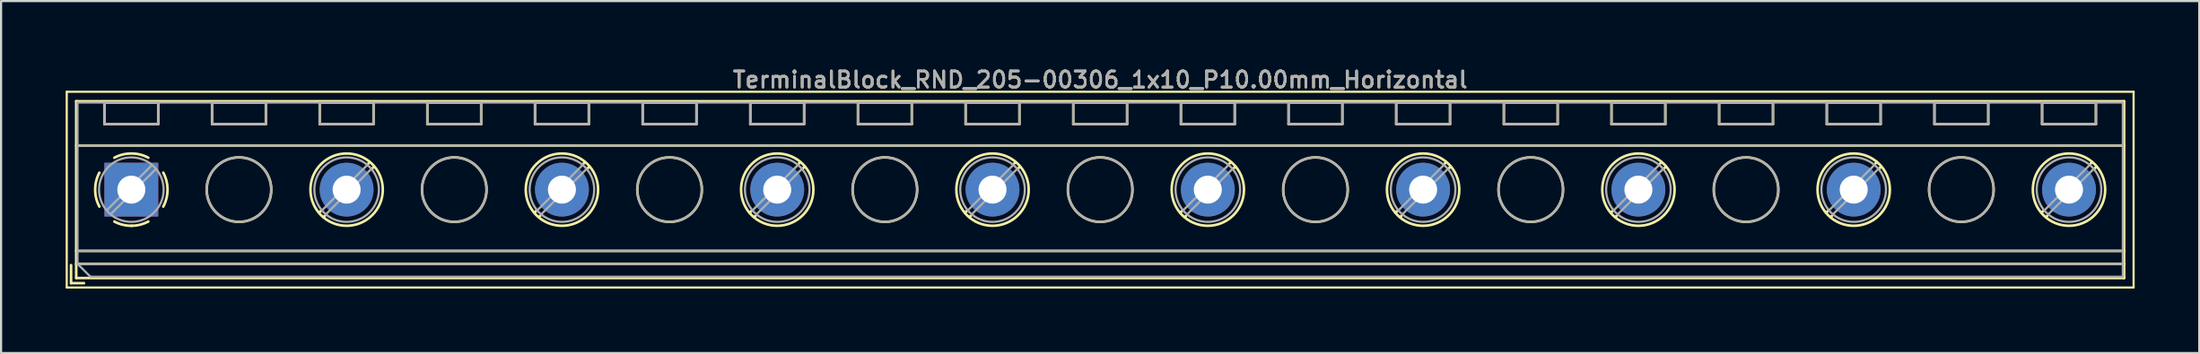
<source format=kicad_pcb>
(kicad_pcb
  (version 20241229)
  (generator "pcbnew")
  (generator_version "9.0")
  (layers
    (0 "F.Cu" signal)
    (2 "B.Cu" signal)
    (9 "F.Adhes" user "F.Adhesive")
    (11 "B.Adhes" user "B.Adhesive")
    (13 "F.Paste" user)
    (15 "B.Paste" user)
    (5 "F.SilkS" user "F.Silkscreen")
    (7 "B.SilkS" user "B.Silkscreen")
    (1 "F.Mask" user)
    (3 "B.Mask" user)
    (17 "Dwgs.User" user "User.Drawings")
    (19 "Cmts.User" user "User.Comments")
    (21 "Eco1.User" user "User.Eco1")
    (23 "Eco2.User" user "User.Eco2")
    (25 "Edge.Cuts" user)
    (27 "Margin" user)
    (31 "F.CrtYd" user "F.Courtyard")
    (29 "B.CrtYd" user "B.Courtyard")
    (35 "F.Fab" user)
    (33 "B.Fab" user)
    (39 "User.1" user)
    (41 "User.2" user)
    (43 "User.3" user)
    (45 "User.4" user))
  (footprint "TerminalBlock_RND_205-00306_1x10_P10.00mm_Horizontal"
    (layer "F.Cu")
    (at 3.05 5.768)
    (property "Reference" "TerminalBlock_RND_205-00306_1x10_P10.00mm_Horizontal" (at 45 -5.11 0) (layer "F.SilkS") (effects (font (size 0.75 0.75) (thickness 0.125))))
    (attr through_hole)
    (fp_line (start -3 -4.55) (end -3 4.55) (stroke (width 0.1) (type solid)) (layer "F.SilkS"))
    (fp_line (start -3 4.55) (end 93 4.55) (stroke (width 0.1) (type solid)) (layer "F.SilkS"))
    (fp_line (start -2.8 3.51) (end -2.8 4.35) (stroke (width 0.12) (type solid)) (layer "F.SilkS"))
    (fp_line (start -2.8 4.35) (end -2.2 4.35) (stroke (width 0.12) (type solid)) (layer "F.SilkS"))
    (fp_line (start -2.56 -4.11) (end -2.56 4.11) (stroke (width 0.12) (type solid)) (layer "F.SilkS"))
    (fp_line (start -2.56 -4.11) (end 92.56 -4.11) (stroke (width 0.12) (type solid)) (layer "F.SilkS"))
    (fp_line (start -2.56 -2.05) (end 92.56 -2.05) (stroke (width 0.12) (type solid)) (layer "F.SilkS"))
    (fp_line (start -2.56 2.85) (end 92.56 2.85) (stroke (width 0.12) (type solid)) (layer "F.SilkS"))
    (fp_line (start -2.56 3.45) (end 92.56 3.45) (stroke (width 0.12) (type solid)) (layer "F.SilkS"))
    (fp_line (start -2.56 4.11) (end 92.56 4.11) (stroke (width 0.12) (type solid)) (layer "F.SilkS"))
    (fp_line (start -1.25 -4.05) (end -1.25 -3.05) (stroke (width 0.12) (type solid)) (layer "F.SilkS"))
    (fp_line (start -1.25 -4.05) (end 1.25 -4.05) (stroke (width 0.12) (type solid)) (layer "F.SilkS"))
    (fp_line (start -1.25 -3.05) (end 1.25 -3.05) (stroke (width 0.12) (type solid)) (layer "F.SilkS"))
    (fp_line (start 1.25 -4.05) (end 1.25 -3.05) (stroke (width 0.12) (type solid)) (layer "F.SilkS"))
    (fp_line (start 3.75 -4.05) (end 3.75 -3.05) (stroke (width 0.12) (type solid)) (layer "F.SilkS"))
    (fp_line (start 3.75 -4.05) (end 6.25 -4.05) (stroke (width 0.12) (type solid)) (layer "F.SilkS"))
    (fp_line (start 3.75 -3.05) (end 6.25 -3.05) (stroke (width 0.12) (type solid)) (layer "F.SilkS"))
    (fp_line (start 6.25 -4.05) (end 6.25 -3.05) (stroke (width 0.12) (type solid)) (layer "F.SilkS"))
    (fp_line (start 8.75 -4.05) (end 8.75 -3.05) (stroke (width 0.12) (type solid)) (layer "F.SilkS"))
    (fp_line (start 8.75 -4.05) (end 11.25 -4.05) (stroke (width 0.12) (type solid)) (layer "F.SilkS"))
    (fp_line (start 8.75 -3.05) (end 11.25 -3.05) (stroke (width 0.12) (type solid)) (layer "F.SilkS"))
    (fp_line (start 8.82 0.976) (end 8.726 1.069) (stroke (width 0.12) (type solid)) (layer "F.SilkS"))
    (fp_line (start 8.99 1.216) (end 8.931 1.274) (stroke (width 0.12) (type solid)) (layer "F.SilkS"))
    (fp_line (start 11.07 -1.275) (end 11.011 -1.216) (stroke (width 0.12) (type solid)) (layer "F.SilkS"))
    (fp_line (start 11.25 -4.05) (end 11.25 -3.05) (stroke (width 0.12) (type solid)) (layer "F.SilkS"))
    (fp_line (start 11.275 -1.069) (end 11.181 -0.976) (stroke (width 0.12) (type solid)) (layer "F.SilkS"))
    (fp_line (start 13.75 -4.05) (end 13.75 -3.05) (stroke (width 0.12) (type solid)) (layer "F.SilkS"))
    (fp_line (start 13.75 -4.05) (end 16.25 -4.05) (stroke (width 0.12) (type solid)) (layer "F.SilkS"))
    (fp_line (start 13.75 -3.05) (end 16.25 -3.05) (stroke (width 0.12) (type solid)) (layer "F.SilkS"))
    (fp_line (start 16.25 -4.05) (end 16.25 -3.05) (stroke (width 0.12) (type solid)) (layer "F.SilkS"))
    (fp_line (start 18.75 -4.05) (end 18.75 -3.05) (stroke (width 0.12) (type solid)) (layer "F.SilkS"))
    (fp_line (start 18.75 -4.05) (end 21.25 -4.05) (stroke (width 0.12) (type solid)) (layer "F.SilkS"))
    (fp_line (start 18.75 -3.05) (end 21.25 -3.05) (stroke (width 0.12) (type solid)) (layer "F.SilkS"))
    (fp_line (start 18.82 0.976) (end 18.726 1.069) (stroke (width 0.12) (type solid)) (layer "F.SilkS"))
    (fp_line (start 18.99 1.216) (end 18.931 1.274) (stroke (width 0.12) (type solid)) (layer "F.SilkS"))
    (fp_line (start 21.07 -1.275) (end 21.011 -1.216) (stroke (width 0.12) (type solid)) (layer "F.SilkS"))
    (fp_line (start 21.25 -4.05) (end 21.25 -3.05) (stroke (width 0.12) (type solid)) (layer "F.SilkS"))
    (fp_line (start 21.275 -1.069) (end 21.181 -0.976) (stroke (width 0.12) (type solid)) (layer "F.SilkS"))
    (fp_line (start 23.75 -4.05) (end 23.75 -3.05) (stroke (width 0.12) (type solid)) (layer "F.SilkS"))
    (fp_line (start 23.75 -4.05) (end 26.25 -4.05) (stroke (width 0.12) (type solid)) (layer "F.SilkS"))
    (fp_line (start 23.75 -3.05) (end 26.25 -3.05) (stroke (width 0.12) (type solid)) (layer "F.SilkS"))
    (fp_line (start 26.25 -4.05) (end 26.25 -3.05) (stroke (width 0.12) (type solid)) (layer "F.SilkS"))
    (fp_line (start 28.75 -4.05) (end 28.75 -3.05) (stroke (width 0.12) (type solid)) (layer "F.SilkS"))
    (fp_line (start 28.75 -4.05) (end 31.25 -4.05) (stroke (width 0.12) (type solid)) (layer "F.SilkS"))
    (fp_line (start 28.75 -3.05) (end 31.25 -3.05) (stroke (width 0.12) (type solid)) (layer "F.SilkS"))
    (fp_line (start 28.82 0.976) (end 28.726 1.069) (stroke (width 0.12) (type solid)) (layer "F.SilkS"))
    (fp_line (start 28.99 1.216) (end 28.931 1.274) (stroke (width 0.12) (type solid)) (layer "F.SilkS"))
    (fp_line (start 31.07 -1.275) (end 31.011 -1.216) (stroke (width 0.12) (type solid)) (layer "F.SilkS"))
    (fp_line (start 31.25 -4.05) (end 31.25 -3.05) (stroke (width 0.12) (type solid)) (layer "F.SilkS"))
    (fp_line (start 31.275 -1.069) (end 31.181 -0.976) (stroke (width 0.12) (type solid)) (layer "F.SilkS"))
    (fp_line (start 33.75 -4.05) (end 33.75 -3.05) (stroke (width 0.12) (type solid)) (layer "F.SilkS"))
    (fp_line (start 33.75 -4.05) (end 36.25 -4.05) (stroke (width 0.12) (type solid)) (layer "F.SilkS"))
    (fp_line (start 33.75 -3.05) (end 36.25 -3.05) (stroke (width 0.12) (type solid)) (layer "F.SilkS"))
    (fp_line (start 36.25 -4.05) (end 36.25 -3.05) (stroke (width 0.12) (type solid)) (layer "F.SilkS"))
    (fp_line (start 38.75 -4.05) (end 38.75 -3.05) (stroke (width 0.12) (type solid)) (layer "F.SilkS"))
    (fp_line (start 38.75 -4.05) (end 41.25 -4.05) (stroke (width 0.12) (type solid)) (layer "F.SilkS"))
    (fp_line (start 38.75 -3.05) (end 41.25 -3.05) (stroke (width 0.12) (type solid)) (layer "F.SilkS"))
    (fp_line (start 38.82 0.976) (end 38.726 1.069) (stroke (width 0.12) (type solid)) (layer "F.SilkS"))
    (fp_line (start 38.99 1.216) (end 38.931 1.274) (stroke (width 0.12) (type solid)) (layer "F.SilkS"))
    (fp_line (start 41.07 -1.275) (end 41.011 -1.216) (stroke (width 0.12) (type solid)) (layer "F.SilkS"))
    (fp_line (start 41.25 -4.05) (end 41.25 -3.05) (stroke (width 0.12) (type solid)) (layer "F.SilkS"))
    (fp_line (start 41.275 -1.069) (end 41.181 -0.976) (stroke (width 0.12) (type solid)) (layer "F.SilkS"))
    (fp_line (start 43.75 -4.05) (end 43.75 -3.05) (stroke (width 0.12) (type solid)) (layer "F.SilkS"))
    (fp_line (start 43.75 -4.05) (end 46.25 -4.05) (stroke (width 0.12) (type solid)) (layer "F.SilkS"))
    (fp_line (start 43.75 -3.05) (end 46.25 -3.05) (stroke (width 0.12) (type solid)) (layer "F.SilkS"))
    (fp_line (start 46.25 -4.05) (end 46.25 -3.05) (stroke (width 0.12) (type solid)) (layer "F.SilkS"))
    (fp_line (start 48.75 -4.05) (end 48.75 -3.05) (stroke (width 0.12) (type solid)) (layer "F.SilkS"))
    (fp_line (start 48.75 -4.05) (end 51.25 -4.05) (stroke (width 0.12) (type solid)) (layer "F.SilkS"))
    (fp_line (start 48.75 -3.05) (end 51.25 -3.05) (stroke (width 0.12) (type solid)) (layer "F.SilkS"))
    (fp_line (start 48.82 0.976) (end 48.726 1.069) (stroke (width 0.12) (type solid)) (layer "F.SilkS"))
    (fp_line (start 48.99 1.216) (end 48.931 1.274) (stroke (width 0.12) (type solid)) (layer "F.SilkS"))
    (fp_line (start 51.07 -1.275) (end 51.011 -1.216) (stroke (width 0.12) (type solid)) (layer "F.SilkS"))
    (fp_line (start 51.25 -4.05) (end 51.25 -3.05) (stroke (width 0.12) (type solid)) (layer "F.SilkS"))
    (fp_line (start 51.275 -1.069) (end 51.181 -0.976) (stroke (width 0.12) (type solid)) (layer "F.SilkS"))
    (fp_line (start 53.75 -4.05) (end 53.75 -3.05) (stroke (width 0.12) (type solid)) (layer "F.SilkS"))
    (fp_line (start 53.75 -4.05) (end 56.25 -4.05) (stroke (width 0.12) (type solid)) (layer "F.SilkS"))
    (fp_line (start 53.75 -3.05) (end 56.25 -3.05) (stroke (width 0.12) (type solid)) (layer "F.SilkS"))
    (fp_line (start 56.25 -4.05) (end 56.25 -3.05) (stroke (width 0.12) (type solid)) (layer "F.SilkS"))
    (fp_line (start 58.75 -4.05) (end 58.75 -3.05) (stroke (width 0.12) (type solid)) (layer "F.SilkS"))
    (fp_line (start 58.75 -4.05) (end 61.25 -4.05) (stroke (width 0.12) (type solid)) (layer "F.SilkS"))
    (fp_line (start 58.75 -3.05) (end 61.25 -3.05) (stroke (width 0.12) (type solid)) (layer "F.SilkS"))
    (fp_line (start 58.82 0.976) (end 58.726 1.069) (stroke (width 0.12) (type solid)) (layer "F.SilkS"))
    (fp_line (start 58.99 1.216) (end 58.931 1.274) (stroke (width 0.12) (type solid)) (layer "F.SilkS"))
    (fp_line (start 61.07 -1.275) (end 61.011 -1.216) (stroke (width 0.12) (type solid)) (layer "F.SilkS"))
    (fp_line (start 61.25 -4.05) (end 61.25 -3.05) (stroke (width 0.12) (type solid)) (layer "F.SilkS"))
    (fp_line (start 61.275 -1.069) (end 61.181 -0.976) (stroke (width 0.12) (type solid)) (layer "F.SilkS"))
    (fp_line (start 63.75 -4.05) (end 63.75 -3.05) (stroke (width 0.12) (type solid)) (layer "F.SilkS"))
    (fp_line (start 63.75 -4.05) (end 66.25 -4.05) (stroke (width 0.12) (type solid)) (layer "F.SilkS"))
    (fp_line (start 63.75 -3.05) (end 66.25 -3.05) (stroke (width 0.12) (type solid)) (layer "F.SilkS"))
    (fp_line (start 66.25 -4.05) (end 66.25 -3.05) (stroke (width 0.12) (type solid)) (layer "F.SilkS"))
    (fp_line (start 68.75 -4.05) (end 68.75 -3.05) (stroke (width 0.12) (type solid)) (layer "F.SilkS"))
    (fp_line (start 68.75 -4.05) (end 71.25 -4.05) (stroke (width 0.12) (type solid)) (layer "F.SilkS"))
    (fp_line (start 68.75 -3.05) (end 71.25 -3.05) (stroke (width 0.12) (type solid)) (layer "F.SilkS"))
    (fp_line (start 68.82 0.976) (end 68.726 1.069) (stroke (width 0.12) (type solid)) (layer "F.SilkS"))
    (fp_line (start 68.99 1.216) (end 68.931 1.274) (stroke (width 0.12) (type solid)) (layer "F.SilkS"))
    (fp_line (start 71.07 -1.275) (end 71.011 -1.216) (stroke (width 0.12) (type solid)) (layer "F.SilkS"))
    (fp_line (start 71.25 -4.05) (end 71.25 -3.05) (stroke (width 0.12) (type solid)) (layer "F.SilkS"))
    (fp_line (start 71.275 -1.069) (end 71.181 -0.976) (stroke (width 0.12) (type solid)) (layer "F.SilkS"))
    (fp_line (start 73.75 -4.05) (end 73.75 -3.05) (stroke (width 0.12) (type solid)) (layer "F.SilkS"))
    (fp_line (start 73.75 -4.05) (end 76.25 -4.05) (stroke (width 0.12) (type solid)) (layer "F.SilkS"))
    (fp_line (start 73.75 -3.05) (end 76.25 -3.05) (stroke (width 0.12) (type solid)) (layer "F.SilkS"))
    (fp_line (start 76.25 -4.05) (end 76.25 -3.05) (stroke (width 0.12) (type solid)) (layer "F.SilkS"))
    (fp_line (start 78.75 -4.05) (end 78.75 -3.05) (stroke (width 0.12) (type solid)) (layer "F.SilkS"))
    (fp_line (start 78.75 -4.05) (end 81.25 -4.05) (stroke (width 0.12) (type solid)) (layer "F.SilkS"))
    (fp_line (start 78.75 -3.05) (end 81.25 -3.05) (stroke (width 0.12) (type solid)) (layer "F.SilkS"))
    (fp_line (start 78.82 0.976) (end 78.726 1.069) (stroke (width 0.12) (type solid)) (layer "F.SilkS"))
    (fp_line (start 78.99 1.216) (end 78.931 1.274) (stroke (width 0.12) (type solid)) (layer "F.SilkS"))
    (fp_line (start 81.07 -1.275) (end 81.011 -1.216) (stroke (width 0.12) (type solid)) (layer "F.SilkS"))
    (fp_line (start 81.25 -4.05) (end 81.25 -3.05) (stroke (width 0.12) (type solid)) (layer "F.SilkS"))
    (fp_line (start 81.275 -1.069) (end 81.181 -0.976) (stroke (width 0.12) (type solid)) (layer "F.SilkS"))
    (fp_line (start 83.75 -4.05) (end 83.75 -3.05) (stroke (width 0.12) (type solid)) (layer "F.SilkS"))
    (fp_line (start 83.75 -4.05) (end 86.25 -4.05) (stroke (width 0.12) (type solid)) (layer "F.SilkS"))
    (fp_line (start 83.75 -3.05) (end 86.25 -3.05) (stroke (width 0.12) (type solid)) (layer "F.SilkS"))
    (fp_line (start 86.25 -4.05) (end 86.25 -3.05) (stroke (width 0.12) (type solid)) (layer "F.SilkS"))
    (fp_line (start 88.75 -4.05) (end 88.75 -3.05) (stroke (width 0.12) (type solid)) (layer "F.SilkS"))
    (fp_line (start 88.75 -4.05) (end 91.25 -4.05) (stroke (width 0.12) (type solid)) (layer "F.SilkS"))
    (fp_line (start 88.75 -3.05) (end 91.25 -3.05) (stroke (width 0.12) (type solid)) (layer "F.SilkS"))
    (fp_line (start 88.82 0.976) (end 88.726 1.069) (stroke (width 0.12) (type solid)) (layer "F.SilkS"))
    (fp_line (start 88.99 1.216) (end 88.931 1.274) (stroke (width 0.12) (type solid)) (layer "F.SilkS"))
    (fp_line (start 91.07 -1.275) (end 91.011 -1.216) (stroke (width 0.12) (type solid)) (layer "F.SilkS"))
    (fp_line (start 91.25 -4.05) (end 91.25 -3.05) (stroke (width 0.12) (type solid)) (layer "F.SilkS"))
    (fp_line (start 91.275 -1.069) (end 91.181 -0.976) (stroke (width 0.12) (type solid)) (layer "F.SilkS"))
    (fp_line (start 92.56 -4.11) (end 92.56 4.11) (stroke (width 0.12) (type solid)) (layer "F.SilkS"))
    (fp_line (start 93 -4.55) (end -3 -4.55) (stroke (width 0.1) (type solid)) (layer "F.SilkS"))
    (fp_line (start 93 4.55) (end 93 -4.55) (stroke (width 0.1) (type solid)) (layer "F.SilkS"))
    (fp_arc (start -1.483953 0.789089) (mid -1.680708 0.00005) (end -1.484 -0.789) (stroke (width 0.12) (type solid)) (layer "F.SilkS"))
    (fp_arc (start -0.789089 -1.483953) (mid -0.00005 -1.680708) (end 0.789 -1.484) (stroke (width 0.12) (type solid)) (layer "F.SilkS"))
    (fp_arc (start 0.029383 1.68045) (mid -0.392304 1.634281) (end -0.789 1.484) (stroke (width 0.12) (type solid)) (layer "F.SilkS"))
    (fp_arc (start 0.788712 1.483352) (mid 0.406429 1.630097) (end 0 1.68) (stroke (width 0.12) (type solid)) (layer "F.SilkS"))
    (fp_arc (start 1.483953 -0.789089) (mid 1.680708 -0.00005) (end 1.484 0.789) (stroke (width 0.12) (type solid)) (layer "F.SilkS"))
    (fp_circle (center 5 0) (end 6.5 0) (stroke (width 0.12) (type solid)) (fill no) (layer "F.SilkS"))
    (fp_circle (center 10 0) (end 11.68 0) (stroke (width 0.12) (type solid)) (fill no) (layer "F.SilkS"))
    (fp_circle (center 15 0) (end 16.5 0) (stroke (width 0.12) (type solid)) (fill no) (layer "F.SilkS"))
    (fp_circle (center 20 0) (end 21.68 0) (stroke (width 0.12) (type solid)) (fill no) (layer "F.SilkS"))
    (fp_circle (center 25 0) (end 26.5 0) (stroke (width 0.12) (type solid)) (fill no) (layer "F.SilkS"))
    (fp_circle (center 30 0) (end 31.68 0) (stroke (width 0.12) (type solid)) (fill no) (layer "F.SilkS"))
    (fp_circle (center 35 0) (end 36.5 0) (stroke (width 0.12) (type solid)) (fill no) (layer "F.SilkS"))
    (fp_circle (center 40 0) (end 41.68 0) (stroke (width 0.12) (type solid)) (fill no) (layer "F.SilkS"))
    (fp_circle (center 45 0) (end 46.5 0) (stroke (width 0.12) (type solid)) (fill no) (layer "F.SilkS"))
    (fp_circle (center 50 0) (end 51.68 0) (stroke (width 0.12) (type solid)) (fill no) (layer "F.SilkS"))
    (fp_circle (center 55 0) (end 56.5 0) (stroke (width 0.12) (type solid)) (fill no) (layer "F.SilkS"))
    (fp_circle (center 60 0) (end 61.68 0) (stroke (width 0.12) (type solid)) (fill no) (layer "F.SilkS"))
    (fp_circle (center 65 0) (end 66.5 0) (stroke (width 0.12) (type solid)) (fill no) (layer "F.SilkS"))
    (fp_circle (center 70 0) (end 71.68 0) (stroke (width 0.12) (type solid)) (fill no) (layer "F.SilkS"))
    (fp_circle (center 75 0) (end 76.5 0) (stroke (width 0.12) (type solid)) (fill no) (layer "F.SilkS"))
    (fp_circle (center 80 0) (end 81.68 0) (stroke (width 0.12) (type solid)) (fill no) (layer "F.SilkS"))
    (fp_circle (center 85 0) (end 86.5 0) (stroke (width 0.12) (type solid)) (fill no) (layer "F.SilkS"))
    (fp_circle (center 90 0) (end 91.68 0) (stroke (width 0.12) (type solid)) (fill no) (layer "F.SilkS"))
    (fp_line (start -2.5 -4.05) (end 92.5 -4.05) (stroke (width 0.1) (type solid)) (layer "F.Fab"))
    (fp_line (start -2.5 -2.05) (end 92.5 -2.05) (stroke (width 0.1) (type solid)) (layer "F.Fab"))
    (fp_line (start -2.5 2.85) (end 92.5 2.85) (stroke (width 0.1) (type solid)) (layer "F.Fab"))
    (fp_line (start -2.5 3.45) (end -2.5 -4.05) (stroke (width 0.1) (type solid)) (layer "F.Fab"))
    (fp_line (start -2.5 3.45) (end 92.5 3.45) (stroke (width 0.1) (type solid)) (layer "F.Fab"))
    (fp_line (start -1.9 4.05) (end -2.5 3.45) (stroke (width 0.1) (type solid)) (layer "F.Fab"))
    (fp_line (start -1.25 -4.05) (end -1.25 -3.05) (stroke (width 0.1) (type solid)) (layer "F.Fab"))
    (fp_line (start -1.25 -3.05) (end 1.25 -3.05) (stroke (width 0.1) (type solid)) (layer "F.Fab"))
    (fp_line (start 0.955 -1.138) (end -1.138 0.955) (stroke (width 0.1) (type solid)) (layer "F.Fab"))
    (fp_line (start 1.138 -0.955) (end -0.955 1.138) (stroke (width 0.1) (type solid)) (layer "F.Fab"))
    (fp_line (start 1.25 -4.05) (end -1.25 -4.05) (stroke (width 0.1) (type solid)) (layer "F.Fab"))
    (fp_line (start 1.25 -3.05) (end 1.25 -4.05) (stroke (width 0.1) (type solid)) (layer "F.Fab"))
    (fp_line (start 3.75 -4.05) (end 3.75 -3.05) (stroke (width 0.1) (type solid)) (layer "F.Fab"))
    (fp_line (start 3.75 -3.05) (end 6.25 -3.05) (stroke (width 0.1) (type solid)) (layer "F.Fab"))
    (fp_line (start 6.25 -4.05) (end 3.75 -4.05) (stroke (width 0.1) (type solid)) (layer "F.Fab"))
    (fp_line (start 6.25 -3.05) (end 6.25 -4.05) (stroke (width 0.1) (type solid)) (layer "F.Fab"))
    (fp_line (start 8.75 -4.05) (end 8.75 -3.05) (stroke (width 0.1) (type solid)) (layer "F.Fab"))
    (fp_line (start 8.75 -3.05) (end 11.25 -3.05) (stroke (width 0.1) (type solid)) (layer "F.Fab"))
    (fp_line (start 10.955 -1.138) (end 8.863 0.955) (stroke (width 0.1) (type solid)) (layer "F.Fab"))
    (fp_line (start 11.138 -0.955) (end 9.046 1.138) (stroke (width 0.1) (type solid)) (layer "F.Fab"))
    (fp_line (start 11.25 -4.05) (end 8.75 -4.05) (stroke (width 0.1) (type solid)) (layer "F.Fab"))
    (fp_line (start 11.25 -3.05) (end 11.25 -4.05) (stroke (width 0.1) (type solid)) (layer "F.Fab"))
    (fp_line (start 13.75 -4.05) (end 13.75 -3.05) (stroke (width 0.1) (type solid)) (layer "F.Fab"))
    (fp_line (start 13.75 -3.05) (end 16.25 -3.05) (stroke (width 0.1) (type solid)) (layer "F.Fab"))
    (fp_line (start 16.25 -4.05) (end 13.75 -4.05) (stroke (width 0.1) (type solid)) (layer "F.Fab"))
    (fp_line (start 16.25 -3.05) (end 16.25 -4.05) (stroke (width 0.1) (type solid)) (layer "F.Fab"))
    (fp_line (start 18.75 -4.05) (end 18.75 -3.05) (stroke (width 0.1) (type solid)) (layer "F.Fab"))
    (fp_line (start 18.75 -3.05) (end 21.25 -3.05) (stroke (width 0.1) (type solid)) (layer "F.Fab"))
    (fp_line (start 20.955 -1.138) (end 18.863 0.955) (stroke (width 0.1) (type solid)) (layer "F.Fab"))
    (fp_line (start 21.138 -0.955) (end 19.046 1.138) (stroke (width 0.1) (type solid)) (layer "F.Fab"))
    (fp_line (start 21.25 -4.05) (end 18.75 -4.05) (stroke (width 0.1) (type solid)) (layer "F.Fab"))
    (fp_line (start 21.25 -3.05) (end 21.25 -4.05) (stroke (width 0.1) (type solid)) (layer "F.Fab"))
    (fp_line (start 23.75 -4.05) (end 23.75 -3.05) (stroke (width 0.1) (type solid)) (layer "F.Fab"))
    (fp_line (start 23.75 -3.05) (end 26.25 -3.05) (stroke (width 0.1) (type solid)) (layer "F.Fab"))
    (fp_line (start 26.25 -4.05) (end 23.75 -4.05) (stroke (width 0.1) (type solid)) (layer "F.Fab"))
    (fp_line (start 26.25 -3.05) (end 26.25 -4.05) (stroke (width 0.1) (type solid)) (layer "F.Fab"))
    (fp_line (start 28.75 -4.05) (end 28.75 -3.05) (stroke (width 0.1) (type solid)) (layer "F.Fab"))
    (fp_line (start 28.75 -3.05) (end 31.25 -3.05) (stroke (width 0.1) (type solid)) (layer "F.Fab"))
    (fp_line (start 30.955 -1.138) (end 28.863 0.955) (stroke (width 0.1) (type solid)) (layer "F.Fab"))
    (fp_line (start 31.138 -0.955) (end 29.046 1.138) (stroke (width 0.1) (type solid)) (layer "F.Fab"))
    (fp_line (start 31.25 -4.05) (end 28.75 -4.05) (stroke (width 0.1) (type solid)) (layer "F.Fab"))
    (fp_line (start 31.25 -3.05) (end 31.25 -4.05) (stroke (width 0.1) (type solid)) (layer "F.Fab"))
    (fp_line (start 33.75 -4.05) (end 33.75 -3.05) (stroke (width 0.1) (type solid)) (layer "F.Fab"))
    (fp_line (start 33.75 -3.05) (end 36.25 -3.05) (stroke (width 0.1) (type solid)) (layer "F.Fab"))
    (fp_line (start 36.25 -4.05) (end 33.75 -4.05) (stroke (width 0.1) (type solid)) (layer "F.Fab"))
    (fp_line (start 36.25 -3.05) (end 36.25 -4.05) (stroke (width 0.1) (type solid)) (layer "F.Fab"))
    (fp_line (start 38.75 -4.05) (end 38.75 -3.05) (stroke (width 0.1) (type solid)) (layer "F.Fab"))
    (fp_line (start 38.75 -3.05) (end 41.25 -3.05) (stroke (width 0.1) (type solid)) (layer "F.Fab"))
    (fp_line (start 40.955 -1.138) (end 38.863 0.955) (stroke (width 0.1) (type solid)) (layer "F.Fab"))
    (fp_line (start 41.138 -0.955) (end 39.046 1.138) (stroke (width 0.1) (type solid)) (layer "F.Fab"))
    (fp_line (start 41.25 -4.05) (end 38.75 -4.05) (stroke (width 0.1) (type solid)) (layer "F.Fab"))
    (fp_line (start 41.25 -3.05) (end 41.25 -4.05) (stroke (width 0.1) (type solid)) (layer "F.Fab"))
    (fp_line (start 43.75 -4.05) (end 43.75 -3.05) (stroke (width 0.1) (type solid)) (layer "F.Fab"))
    (fp_line (start 43.75 -3.05) (end 46.25 -3.05) (stroke (width 0.1) (type solid)) (layer "F.Fab"))
    (fp_line (start 46.25 -4.05) (end 43.75 -4.05) (stroke (width 0.1) (type solid)) (layer "F.Fab"))
    (fp_line (start 46.25 -3.05) (end 46.25 -4.05) (stroke (width 0.1) (type solid)) (layer "F.Fab"))
    (fp_line (start 48.75 -4.05) (end 48.75 -3.05) (stroke (width 0.1) (type solid)) (layer "F.Fab"))
    (fp_line (start 48.75 -3.05) (end 51.25 -3.05) (stroke (width 0.1) (type solid)) (layer "F.Fab"))
    (fp_line (start 50.955 -1.138) (end 48.863 0.955) (stroke (width 0.1) (type solid)) (layer "F.Fab"))
    (fp_line (start 51.138 -0.955) (end 49.046 1.138) (stroke (width 0.1) (type solid)) (layer "F.Fab"))
    (fp_line (start 51.25 -4.05) (end 48.75 -4.05) (stroke (width 0.1) (type solid)) (layer "F.Fab"))
    (fp_line (start 51.25 -3.05) (end 51.25 -4.05) (stroke (width 0.1) (type solid)) (layer "F.Fab"))
    (fp_line (start 53.75 -4.05) (end 53.75 -3.05) (stroke (width 0.1) (type solid)) (layer "F.Fab"))
    (fp_line (start 53.75 -3.05) (end 56.25 -3.05) (stroke (width 0.1) (type solid)) (layer "F.Fab"))
    (fp_line (start 56.25 -4.05) (end 53.75 -4.05) (stroke (width 0.1) (type solid)) (layer "F.Fab"))
    (fp_line (start 56.25 -3.05) (end 56.25 -4.05) (stroke (width 0.1) (type solid)) (layer "F.Fab"))
    (fp_line (start 58.75 -4.05) (end 58.75 -3.05) (stroke (width 0.1) (type solid)) (layer "F.Fab"))
    (fp_line (start 58.75 -3.05) (end 61.25 -3.05) (stroke (width 0.1) (type solid)) (layer "F.Fab"))
    (fp_line (start 60.955 -1.138) (end 58.863 0.955) (stroke (width 0.1) (type solid)) (layer "F.Fab"))
    (fp_line (start 61.138 -0.955) (end 59.046 1.138) (stroke (width 0.1) (type solid)) (layer "F.Fab"))
    (fp_line (start 61.25 -4.05) (end 58.75 -4.05) (stroke (width 0.1) (type solid)) (layer "F.Fab"))
    (fp_line (start 61.25 -3.05) (end 61.25 -4.05) (stroke (width 0.1) (type solid)) (layer "F.Fab"))
    (fp_line (start 63.75 -4.05) (end 63.75 -3.05) (stroke (width 0.1) (type solid)) (layer "F.Fab"))
    (fp_line (start 63.75 -3.05) (end 66.25 -3.05) (stroke (width 0.1) (type solid)) (layer "F.Fab"))
    (fp_line (start 66.25 -4.05) (end 63.75 -4.05) (stroke (width 0.1) (type solid)) (layer "F.Fab"))
    (fp_line (start 66.25 -3.05) (end 66.25 -4.05) (stroke (width 0.1) (type solid)) (layer "F.Fab"))
    (fp_line (start 68.75 -4.05) (end 68.75 -3.05) (stroke (width 0.1) (type solid)) (layer "F.Fab"))
    (fp_line (start 68.75 -3.05) (end 71.25 -3.05) (stroke (width 0.1) (type solid)) (layer "F.Fab"))
    (fp_line (start 70.955 -1.138) (end 68.863 0.955) (stroke (width 0.1) (type solid)) (layer "F.Fab"))
    (fp_line (start 71.138 -0.955) (end 69.046 1.138) (stroke (width 0.1) (type solid)) (layer "F.Fab"))
    (fp_line (start 71.25 -4.05) (end 68.75 -4.05) (stroke (width 0.1) (type solid)) (layer "F.Fab"))
    (fp_line (start 71.25 -3.05) (end 71.25 -4.05) (stroke (width 0.1) (type solid)) (layer "F.Fab"))
    (fp_line (start 73.75 -4.05) (end 73.75 -3.05) (stroke (width 0.1) (type solid)) (layer "F.Fab"))
    (fp_line (start 73.75 -3.05) (end 76.25 -3.05) (stroke (width 0.1) (type solid)) (layer "F.Fab"))
    (fp_line (start 76.25 -4.05) (end 73.75 -4.05) (stroke (width 0.1) (type solid)) (layer "F.Fab"))
    (fp_line (start 76.25 -3.05) (end 76.25 -4.05) (stroke (width 0.1) (type solid)) (layer "F.Fab"))
    (fp_line (start 78.75 -4.05) (end 78.75 -3.05) (stroke (width 0.1) (type solid)) (layer "F.Fab"))
    (fp_line (start 78.75 -3.05) (end 81.25 -3.05) (stroke (width 0.1) (type solid)) (layer "F.Fab"))
    (fp_line (start 80.955 -1.138) (end 78.863 0.955) (stroke (width 0.1) (type solid)) (layer "F.Fab"))
    (fp_line (start 81.138 -0.955) (end 79.046 1.138) (stroke (width 0.1) (type solid)) (layer "F.Fab"))
    (fp_line (start 81.25 -4.05) (end 78.75 -4.05) (stroke (width 0.1) (type solid)) (layer "F.Fab"))
    (fp_line (start 81.25 -3.05) (end 81.25 -4.05) (stroke (width 0.1) (type solid)) (layer "F.Fab"))
    (fp_line (start 83.75 -4.05) (end 83.75 -3.05) (stroke (width 0.1) (type solid)) (layer "F.Fab"))
    (fp_line (start 83.75 -3.05) (end 86.25 -3.05) (stroke (width 0.1) (type solid)) (layer "F.Fab"))
    (fp_line (start 86.25 -4.05) (end 83.75 -4.05) (stroke (width 0.1) (type solid)) (layer "F.Fab"))
    (fp_line (start 86.25 -3.05) (end 86.25 -4.05) (stroke (width 0.1) (type solid)) (layer "F.Fab"))
    (fp_line (start 88.75 -4.05) (end 88.75 -3.05) (stroke (width 0.1) (type solid)) (layer "F.Fab"))
    (fp_line (start 88.75 -3.05) (end 91.25 -3.05) (stroke (width 0.1) (type solid)) (layer "F.Fab"))
    (fp_line (start 90.955 -1.138) (end 88.863 0.955) (stroke (width 0.1) (type solid)) (layer "F.Fab"))
    (fp_line (start 91.138 -0.955) (end 89.046 1.138) (stroke (width 0.1) (type solid)) (layer "F.Fab"))
    (fp_line (start 91.25 -4.05) (end 88.75 -4.05) (stroke (width 0.1) (type solid)) (layer "F.Fab"))
    (fp_line (start 91.25 -3.05) (end 91.25 -4.05) (stroke (width 0.1) (type solid)) (layer "F.Fab"))
    (fp_line (start 92.5 -4.05) (end 92.5 4.05) (stroke (width 0.1) (type solid)) (layer "F.Fab"))
    (fp_line (start 92.5 4.05) (end -1.9 4.05) (stroke (width 0.1) (type solid)) (layer "F.Fab"))
    (fp_circle (center 0 0) (end 1.5 0) (stroke (width 0.1) (type solid)) (fill no) (layer "F.Fab"))
    (fp_circle (center 5 0) (end 6.5 0) (stroke (width 0.1) (type solid)) (fill no) (layer "F.Fab"))
    (fp_circle (center 10 0) (end 11.5 0) (stroke (width 0.1) (type solid)) (fill no) (layer "F.Fab"))
    (fp_circle (center 15 0) (end 16.5 0) (stroke (width 0.1) (type solid)) (fill no) (layer "F.Fab"))
    (fp_circle (center 20 0) (end 21.5 0) (stroke (width 0.1) (type solid)) (fill no) (layer "F.Fab"))
    (fp_circle (center 25 0) (end 26.5 0) (stroke (width 0.1) (type solid)) (fill no) (layer "F.Fab"))
    (fp_circle (center 30 0) (end 31.5 0) (stroke (width 0.1) (type solid)) (fill no) (layer "F.Fab"))
    (fp_circle (center 35 0) (end 36.5 0) (stroke (width 0.1) (type solid)) (fill no) (layer "F.Fab"))
    (fp_circle (center 40 0) (end 41.5 0) (stroke (width 0.1) (type solid)) (fill no) (layer "F.Fab"))
    (fp_circle (center 45 0) (end 46.5 0) (stroke (width 0.1) (type solid)) (fill no) (layer "F.Fab"))
    (fp_circle (center 50 0) (end 51.5 0) (stroke (width 0.1) (type solid)) (fill no) (layer "F.Fab"))
    (fp_circle (center 55 0) (end 56.5 0) (stroke (width 0.1) (type solid)) (fill no) (layer "F.Fab"))
    (fp_circle (center 60 0) (end 61.5 0) (stroke (width 0.1) (type solid)) (fill no) (layer "F.Fab"))
    (fp_circle (center 65 0) (end 66.5 0) (stroke (width 0.1) (type solid)) (fill no) (layer "F.Fab"))
    (fp_circle (center 70 0) (end 71.5 0) (stroke (width 0.1) (type solid)) (fill no) (layer "F.Fab"))
    (fp_circle (center 75 0) (end 76.5 0) (stroke (width 0.1) (type solid)) (fill no) (layer "F.Fab"))
    (fp_circle (center 80 0) (end 81.5 0) (stroke (width 0.1) (type solid)) (fill no) (layer "F.Fab"))
    (fp_circle (center 85 0) (end 86.5 0) (stroke (width 0.1) (type solid)) (fill no) (layer "F.Fab"))
    (fp_circle (center 90 0) (end 91.5 0) (stroke (width 0.1) (type solid)) (fill no) (layer "F.Fab"))
    (fp_text user "${REFERENCE}" (at 45 -5.11 0) (layer "F.Fab") (effects (font (size 0.75 0.75) (thickness 0.125))))
    (pad "1" thru_hole rect (at 0 0) (size 2.5 2.5) (drill 1.3) (layers "*.Cu" "*.Mask"))
    (pad "2" thru_hole circle (at 10 0) (size 2.5 2.5) (drill 1.3) (layers "*.Cu" "*.Mask"))
    (pad "3" thru_hole circle (at 20 0) (size 2.5 2.5) (drill 1.3) (layers "*.Cu" "*.Mask"))
    (pad "4" thru_hole circle (at 30 0) (size 2.5 2.5) (drill 1.3) (layers "*.Cu" "*.Mask"))
    (pad "5" thru_hole circle (at 40 0) (size 2.5 2.5) (drill 1.3) (layers "*.Cu" "*.Mask"))
    (pad "6" thru_hole circle (at 50 0) (size 2.5 2.5) (drill 1.3) (layers "*.Cu" "*.Mask"))
    (pad "7" thru_hole circle (at 60 0) (size 2.5 2.5) (drill 1.3) (layers "*.Cu" "*.Mask"))
    (pad "8" thru_hole circle (at 70 0) (size 2.5 2.5) (drill 1.3) (layers "*.Cu" "*.Mask"))
    (pad "9" thru_hole circle (at 80 0) (size 2.5 2.5) (drill 1.3) (layers "*.Cu" "*.Mask"))
    (pad "10" thru_hole circle (at 90 0) (size 2.5 2.5) (drill 1.3) (layers "*.Cu" "*.Mask")))
  (gr_rect
    (start -3 -3)
    (end 99.1 13.368)
    (stroke (width 0.1) (type default))
    (fill no)
    (layer "Edge.Cuts")))
</source>
